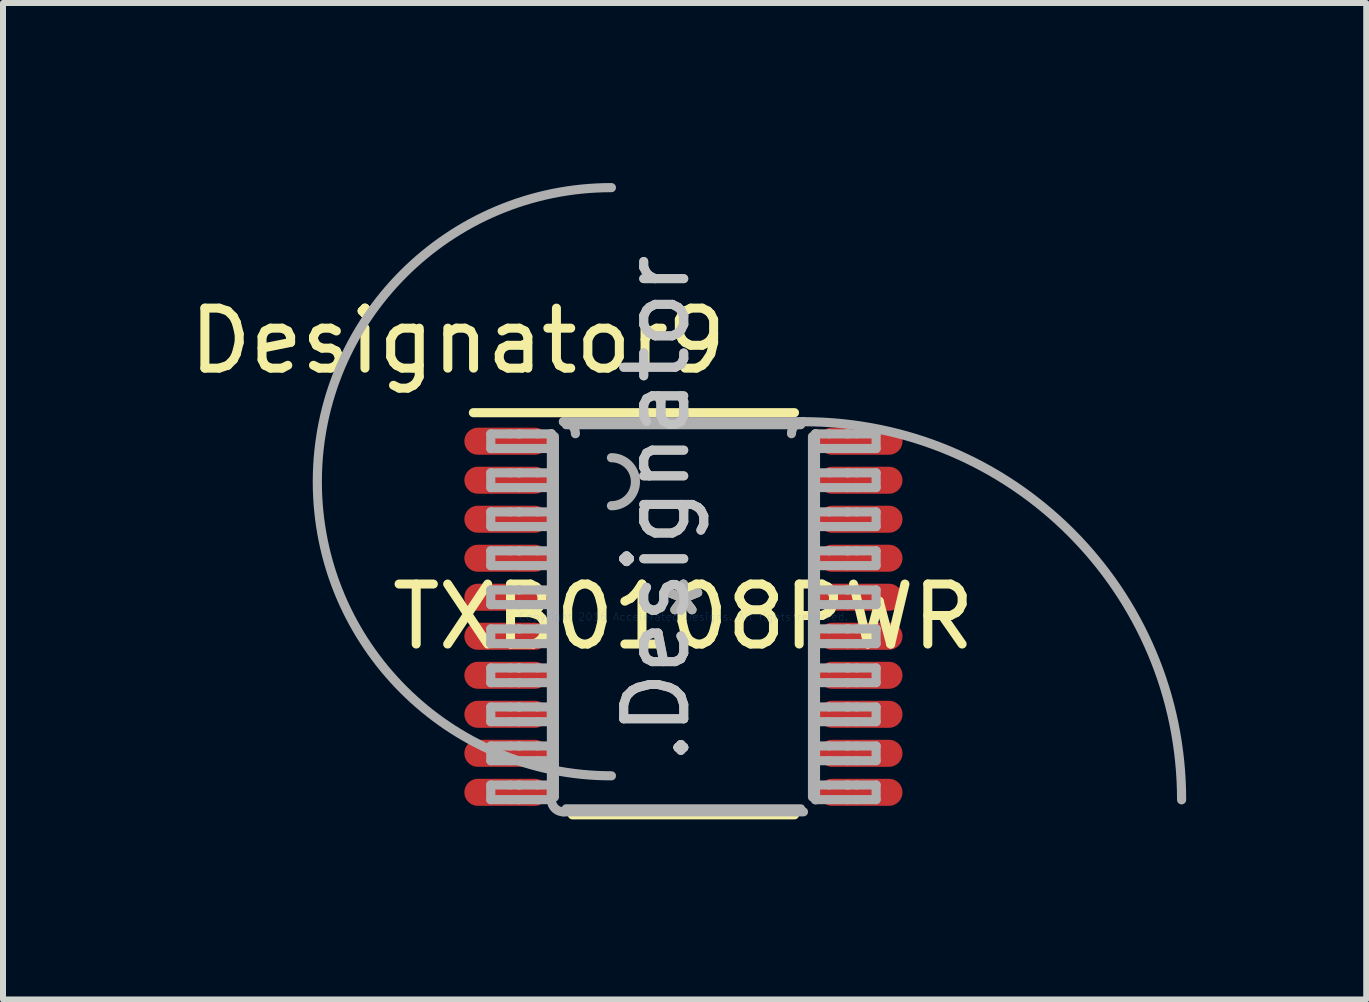
<source format=kicad_pcb>
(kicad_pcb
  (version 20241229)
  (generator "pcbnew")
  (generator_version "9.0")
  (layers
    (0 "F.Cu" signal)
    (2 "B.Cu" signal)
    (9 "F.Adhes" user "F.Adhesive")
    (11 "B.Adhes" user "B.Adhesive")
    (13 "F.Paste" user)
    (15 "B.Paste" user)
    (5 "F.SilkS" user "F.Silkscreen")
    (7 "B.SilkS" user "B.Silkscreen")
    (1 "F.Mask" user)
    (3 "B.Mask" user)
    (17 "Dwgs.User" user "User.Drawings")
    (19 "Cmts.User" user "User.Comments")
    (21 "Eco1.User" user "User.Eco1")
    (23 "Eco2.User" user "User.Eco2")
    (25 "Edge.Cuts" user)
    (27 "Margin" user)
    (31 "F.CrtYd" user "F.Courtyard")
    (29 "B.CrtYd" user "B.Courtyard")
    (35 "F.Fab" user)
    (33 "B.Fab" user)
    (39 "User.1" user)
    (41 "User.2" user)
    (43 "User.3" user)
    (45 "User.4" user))
  (footprint "TXB0108PWR"
    (layer "F.Cu")
    (at 8.337 7.226)
    (property "Reference" "TXB0108PWR" (at 0 0 0) (layer "F.SilkS") (effects (font (size 1 1) (thickness 0.15))))
    (attr through_hole)
    (fp_line (start -3.5 -3.4) (end 1.85 -3.4) (stroke (width 0.152) (type solid)) (layer "F.SilkS"))
    (fp_line (start -1.85 3.3) (end 1.85 3.3) (stroke (width 0.152) (type solid)) (layer "F.SilkS"))
    (fp_line (start -3.21 -3.047) (end -2.887 -3.047) (stroke (width 0.152) (type solid)) (layer "F.Fab"))
    (fp_line (start -3.21 -2.803) (end -3.21 -3.047) (stroke (width 0.152) (type solid)) (layer "F.Fab"))
    (fp_line (start -3.21 -2.803) (end -2.887 -2.803) (stroke (width 0.152) (type solid)) (layer "F.Fab"))
    (fp_line (start -3.21 -2.398) (end -2.887 -2.398) (stroke (width 0.152) (type solid)) (layer "F.Fab"))
    (fp_line (start -3.21 -2.152) (end -3.21 -2.398) (stroke (width 0.152) (type solid)) (layer "F.Fab"))
    (fp_line (start -3.21 -2.152) (end -2.887 -2.152) (stroke (width 0.152) (type solid)) (layer "F.Fab"))
    (fp_line (start -3.21 -1.747) (end -2.887 -1.747) (stroke (width 0.152) (type solid)) (layer "F.Fab"))
    (fp_line (start -3.21 -1.503) (end -3.21 -1.747) (stroke (width 0.152) (type solid)) (layer "F.Fab"))
    (fp_line (start -3.21 -1.503) (end -2.887 -1.503) (stroke (width 0.152) (type solid)) (layer "F.Fab"))
    (fp_line (start -3.21 -1.098) (end -2.887 -1.098) (stroke (width 0.152) (type solid)) (layer "F.Fab"))
    (fp_line (start -3.21 -0.852) (end -3.21 -1.098) (stroke (width 0.152) (type solid)) (layer "F.Fab"))
    (fp_line (start -3.21 -0.852) (end -2.887 -0.852) (stroke (width 0.152) (type solid)) (layer "F.Fab"))
    (fp_line (start -3.21 -0.447) (end -2.887 -0.447) (stroke (width 0.152) (type solid)) (layer "F.Fab"))
    (fp_line (start -3.21 -0.202) (end -3.21 -0.447) (stroke (width 0.152) (type solid)) (layer "F.Fab"))
    (fp_line (start -3.21 -0.202) (end -2.887 -0.202) (stroke (width 0.152) (type solid)) (layer "F.Fab"))
    (fp_line (start -3.21 0.202) (end -2.887 0.202) (stroke (width 0.152) (type solid)) (layer "F.Fab"))
    (fp_line (start -3.21 0.448) (end -3.21 0.202) (stroke (width 0.152) (type solid)) (layer "F.Fab"))
    (fp_line (start -3.21 0.448) (end -2.887 0.448) (stroke (width 0.152) (type solid)) (layer "F.Fab"))
    (fp_line (start -3.21 0.853) (end -2.887 0.853) (stroke (width 0.152) (type solid)) (layer "F.Fab"))
    (fp_line (start -3.21 1.098) (end -3.21 0.853) (stroke (width 0.152) (type solid)) (layer "F.Fab"))
    (fp_line (start -3.21 1.098) (end -2.887 1.098) (stroke (width 0.152) (type solid)) (layer "F.Fab"))
    (fp_line (start -3.21 1.503) (end -2.887 1.503) (stroke (width 0.152) (type solid)) (layer "F.Fab"))
    (fp_line (start -3.21 1.748) (end -3.21 1.503) (stroke (width 0.152) (type solid)) (layer "F.Fab"))
    (fp_line (start -3.21 1.748) (end -2.887 1.748) (stroke (width 0.152) (type solid)) (layer "F.Fab"))
    (fp_line (start -3.21 2.153) (end -2.887 2.153) (stroke (width 0.152) (type solid)) (layer "F.Fab"))
    (fp_line (start -3.21 2.398) (end -3.21 2.153) (stroke (width 0.152) (type solid)) (layer "F.Fab"))
    (fp_line (start -3.21 2.398) (end -2.887 2.398) (stroke (width 0.152) (type solid)) (layer "F.Fab"))
    (fp_line (start -3.21 2.803) (end -2.887 2.803) (stroke (width 0.152) (type solid)) (layer "F.Fab"))
    (fp_line (start -3.21 3.047) (end -3.21 2.803) (stroke (width 0.152) (type solid)) (layer "F.Fab"))
    (fp_line (start -3.21 3.047) (end -2.887 3.047) (stroke (width 0.152) (type solid)) (layer "F.Fab"))
    (fp_line (start -2.887 -3.047) (end -2.739 -3.047) (stroke (width 0.152) (type solid)) (layer "F.Fab"))
    (fp_line (start -2.887 -2.803) (end -2.739 -2.803) (stroke (width 0.152) (type solid)) (layer "F.Fab"))
    (fp_line (start -2.887 -2.398) (end -2.739 -2.398) (stroke (width 0.152) (type solid)) (layer "F.Fab"))
    (fp_line (start -2.887 -2.152) (end -2.739 -2.152) (stroke (width 0.152) (type solid)) (layer "F.Fab"))
    (fp_line (start -2.887 -1.747) (end -2.739 -1.747) (stroke (width 0.152) (type solid)) (layer "F.Fab"))
    (fp_line (start -2.887 -1.503) (end -2.739 -1.503) (stroke (width 0.152) (type solid)) (layer "F.Fab"))
    (fp_line (start -2.887 -1.098) (end -2.739 -1.098) (stroke (width 0.152) (type solid)) (layer "F.Fab"))
    (fp_line (start -2.887 -0.852) (end -2.739 -0.852) (stroke (width 0.152) (type solid)) (layer "F.Fab"))
    (fp_line (start -2.887 -0.447) (end -2.739 -0.447) (stroke (width 0.152) (type solid)) (layer "F.Fab"))
    (fp_line (start -2.887 -0.202) (end -2.739 -0.202) (stroke (width 0.152) (type solid)) (layer "F.Fab"))
    (fp_line (start -2.887 0.202) (end -2.739 0.202) (stroke (width 0.152) (type solid)) (layer "F.Fab"))
    (fp_line (start -2.887 0.448) (end -2.739 0.448) (stroke (width 0.152) (type solid)) (layer "F.Fab"))
    (fp_line (start -2.887 0.853) (end -2.739 0.853) (stroke (width 0.152) (type solid)) (layer "F.Fab"))
    (fp_line (start -2.887 1.098) (end -2.739 1.098) (stroke (width 0.152) (type solid)) (layer "F.Fab"))
    (fp_line (start -2.887 1.503) (end -2.739 1.503) (stroke (width 0.152) (type solid)) (layer "F.Fab"))
    (fp_line (start -2.887 1.748) (end -2.739 1.748) (stroke (width 0.152) (type solid)) (layer "F.Fab"))
    (fp_line (start -2.887 2.153) (end -2.739 2.153) (stroke (width 0.152) (type solid)) (layer "F.Fab"))
    (fp_line (start -2.887 2.398) (end -2.739 2.398) (stroke (width 0.152) (type solid)) (layer "F.Fab"))
    (fp_line (start -2.887 2.803) (end -2.739 2.803) (stroke (width 0.152) (type solid)) (layer "F.Fab"))
    (fp_line (start -2.887 3.047) (end -2.739 3.047) (stroke (width 0.152) (type solid)) (layer "F.Fab"))
    (fp_line (start -2.739 -3.047) (end -2.733 -3.047) (stroke (width 0.152) (type solid)) (layer "F.Fab"))
    (fp_line (start -2.739 -2.803) (end -2.733 -2.803) (stroke (width 0.152) (type solid)) (layer "F.Fab"))
    (fp_line (start -2.739 -2.398) (end -2.733 -2.398) (stroke (width 0.152) (type solid)) (layer "F.Fab"))
    (fp_line (start -2.739 -2.152) (end -2.733 -2.152) (stroke (width 0.152) (type solid)) (layer "F.Fab"))
    (fp_line (start -2.739 -1.747) (end -2.733 -1.747) (stroke (width 0.152) (type solid)) (layer "F.Fab"))
    (fp_line (start -2.739 -1.503) (end -2.733 -1.503) (stroke (width 0.152) (type solid)) (layer "F.Fab"))
    (fp_line (start -2.739 -1.098) (end -2.733 -1.098) (stroke (width 0.152) (type solid)) (layer "F.Fab"))
    (fp_line (start -2.739 -0.852) (end -2.733 -0.852) (stroke (width 0.152) (type solid)) (layer "F.Fab"))
    (fp_line (start -2.739 -0.447) (end -2.733 -0.447) (stroke (width 0.152) (type solid)) (layer "F.Fab"))
    (fp_line (start -2.739 -0.202) (end -2.733 -0.202) (stroke (width 0.152) (type solid)) (layer "F.Fab"))
    (fp_line (start -2.739 0.202) (end -2.733 0.202) (stroke (width 0.152) (type solid)) (layer "F.Fab"))
    (fp_line (start -2.739 0.448) (end -2.733 0.448) (stroke (width 0.152) (type solid)) (layer "F.Fab"))
    (fp_line (start -2.739 0.853) (end -2.733 0.853) (stroke (width 0.152) (type solid)) (layer "F.Fab"))
    (fp_line (start -2.739 1.098) (end -2.733 1.098) (stroke (width 0.152) (type solid)) (layer "F.Fab"))
    (fp_line (start -2.739 1.503) (end -2.733 1.503) (stroke (width 0.152) (type solid)) (layer "F.Fab"))
    (fp_line (start -2.739 1.748) (end -2.733 1.748) (stroke (width 0.152) (type solid)) (layer "F.Fab"))
    (fp_line (start -2.739 2.153) (end -2.733 2.153) (stroke (width 0.152) (type solid)) (layer "F.Fab"))
    (fp_line (start -2.739 2.398) (end -2.733 2.398) (stroke (width 0.152) (type solid)) (layer "F.Fab"))
    (fp_line (start -2.739 2.803) (end -2.733 2.803) (stroke (width 0.152) (type solid)) (layer "F.Fab"))
    (fp_line (start -2.739 3.047) (end -2.733 3.047) (stroke (width 0.152) (type solid)) (layer "F.Fab"))
    (fp_line (start -2.733 -3.047) (end -2.431 -3.047) (stroke (width 0.152) (type solid)) (layer "F.Fab"))
    (fp_line (start -2.733 -2.803) (end -2.431 -2.803) (stroke (width 0.152) (type solid)) (layer "F.Fab"))
    (fp_line (start -2.733 -2.398) (end -2.431 -2.398) (stroke (width 0.152) (type solid)) (layer "F.Fab"))
    (fp_line (start -2.733 -2.152) (end -2.431 -2.152) (stroke (width 0.152) (type solid)) (layer "F.Fab"))
    (fp_line (start -2.733 -1.747) (end -2.431 -1.747) (stroke (width 0.152) (type solid)) (layer "F.Fab"))
    (fp_line (start -2.733 -1.503) (end -2.431 -1.503) (stroke (width 0.152) (type solid)) (layer "F.Fab"))
    (fp_line (start -2.733 -1.098) (end -2.431 -1.098) (stroke (width 0.152) (type solid)) (layer "F.Fab"))
    (fp_line (start -2.733 -0.852) (end -2.431 -0.852) (stroke (width 0.152) (type solid)) (layer "F.Fab"))
    (fp_line (start -2.733 -0.447) (end -2.431 -0.447) (stroke (width 0.152) (type solid)) (layer "F.Fab"))
    (fp_line (start -2.733 -0.202) (end -2.431 -0.202) (stroke (width 0.152) (type solid)) (layer "F.Fab"))
    (fp_line (start -2.733 0.202) (end -2.431 0.202) (stroke (width 0.152) (type solid)) (layer "F.Fab"))
    (fp_line (start -2.733 0.448) (end -2.431 0.448) (stroke (width 0.152) (type solid)) (layer "F.Fab"))
    (fp_line (start -2.733 0.853) (end -2.431 0.853) (stroke (width 0.152) (type solid)) (layer "F.Fab"))
    (fp_line (start -2.733 1.098) (end -2.431 1.098) (stroke (width 0.152) (type solid)) (layer "F.Fab"))
    (fp_line (start -2.733 1.503) (end -2.431 1.503) (stroke (width 0.152) (type solid)) (layer "F.Fab"))
    (fp_line (start -2.733 1.748) (end -2.431 1.748) (stroke (width 0.152) (type solid)) (layer "F.Fab"))
    (fp_line (start -2.733 2.153) (end -2.431 2.153) (stroke (width 0.152) (type solid)) (layer "F.Fab"))
    (fp_line (start -2.733 2.398) (end -2.431 2.398) (stroke (width 0.152) (type solid)) (layer "F.Fab"))
    (fp_line (start -2.733 2.803) (end -2.431 2.803) (stroke (width 0.152) (type solid)) (layer "F.Fab"))
    (fp_line (start -2.733 3.047) (end -2.431 3.047) (stroke (width 0.152) (type solid)) (layer "F.Fab"))
    (fp_line (start -2.431 -3.047) (end -2.2 -3.047) (stroke (width 0.152) (type solid)) (layer "F.Fab"))
    (fp_line (start -2.431 -2.803) (end -2.2 -2.803) (stroke (width 0.152) (type solid)) (layer "F.Fab"))
    (fp_line (start -2.431 -2.398) (end -2.2 -2.398) (stroke (width 0.152) (type solid)) (layer "F.Fab"))
    (fp_line (start -2.431 -2.152) (end -2.2 -2.152) (stroke (width 0.152) (type solid)) (layer "F.Fab"))
    (fp_line (start -2.431 -1.747) (end -2.2 -1.747) (stroke (width 0.152) (type solid)) (layer "F.Fab"))
    (fp_line (start -2.431 -1.503) (end -2.2 -1.503) (stroke (width 0.152) (type solid)) (layer "F.Fab"))
    (fp_line (start -2.431 -1.098) (end -2.2 -1.098) (stroke (width 0.152) (type solid)) (layer "F.Fab"))
    (fp_line (start -2.431 -0.852) (end -2.2 -0.852) (stroke (width 0.152) (type solid)) (layer "F.Fab"))
    (fp_line (start -2.431 -0.447) (end -2.2 -0.447) (stroke (width 0.152) (type solid)) (layer "F.Fab"))
    (fp_line (start -2.431 -0.202) (end -2.2 -0.202) (stroke (width 0.152) (type solid)) (layer "F.Fab"))
    (fp_line (start -2.431 0.202) (end -2.2 0.202) (stroke (width 0.152) (type solid)) (layer "F.Fab"))
    (fp_line (start -2.431 0.448) (end -2.2 0.448) (stroke (width 0.152) (type solid)) (layer "F.Fab"))
    (fp_line (start -2.431 0.853) (end -2.2 0.853) (stroke (width 0.152) (type solid)) (layer "F.Fab"))
    (fp_line (start -2.431 1.098) (end -2.2 1.098) (stroke (width 0.152) (type solid)) (layer "F.Fab"))
    (fp_line (start -2.431 1.503) (end -2.2 1.503) (stroke (width 0.152) (type solid)) (layer "F.Fab"))
    (fp_line (start -2.431 1.748) (end -2.2 1.748) (stroke (width 0.152) (type solid)) (layer "F.Fab"))
    (fp_line (start -2.431 2.153) (end -2.2 2.153) (stroke (width 0.152) (type solid)) (layer "F.Fab"))
    (fp_line (start -2.431 2.398) (end -2.2 2.398) (stroke (width 0.152) (type solid)) (layer "F.Fab"))
    (fp_line (start -2.431 2.803) (end -2.2 2.803) (stroke (width 0.152) (type solid)) (layer "F.Fab"))
    (fp_line (start -2.431 3.047) (end -2.2 3.047) (stroke (width 0.152) (type solid)) (layer "F.Fab"))
    (fp_line (start -2.2 -2.803) (end -2.2 -3.047) (stroke (width 0.152) (type solid)) (layer "F.Fab"))
    (fp_line (start -2.2 -2.152) (end -2.2 -2.398) (stroke (width 0.152) (type solid)) (layer "F.Fab"))
    (fp_line (start -2.2 -1.503) (end -2.2 -1.747) (stroke (width 0.152) (type solid)) (layer "F.Fab"))
    (fp_line (start -2.2 -0.852) (end -2.2 -1.098) (stroke (width 0.152) (type solid)) (layer "F.Fab"))
    (fp_line (start -2.2 -0.202) (end -2.2 -0.447) (stroke (width 0.152) (type solid)) (layer "F.Fab"))
    (fp_line (start -2.2 0.448) (end -2.2 0.202) (stroke (width 0.152) (type solid)) (layer "F.Fab"))
    (fp_line (start -2.2 1.098) (end -2.2 0.853) (stroke (width 0.152) (type solid)) (layer "F.Fab"))
    (fp_line (start -2.2 1.748) (end -2.2 1.503) (stroke (width 0.152) (type solid)) (layer "F.Fab"))
    (fp_line (start -2.2 2.398) (end -2.2 2.153) (stroke (width 0.152) (type solid)) (layer "F.Fab"))
    (fp_line (start -2.2 3.047) (end -2.2 2.803) (stroke (width 0.152) (type solid)) (layer "F.Fab"))
    (fp_line (start -2.2 3.05) (end -2.2 -3.05) (stroke (width 0.152) (type solid)) (layer "F.Fab"))
    (fp_line (start -2.15 3.004) (end -2.15 -3.004) (stroke (width 0.152) (type solid)) (layer "F.Fab"))
    (fp_line (start -2 -3.25) (end 2 -3.25) (stroke (width 0.152) (type solid)) (layer "F.Fab"))
    (fp_line (start -2 3.25) (end 2 3.25) (stroke (width 0.152) (type solid)) (layer "F.Fab"))
    (fp_line (start -1.954 -3.2) (end 1.954 -3.2) (stroke (width 0.152) (type solid)) (layer "F.Fab"))
    (fp_line (start -1.954 3.2) (end 1.954 3.2) (stroke (width 0.152) (type solid)) (layer "F.Fab"))
    (fp_line (start 2.15 3.004) (end 2.15 -3.004) (stroke (width 0.152) (type solid)) (layer "F.Fab"))
    (fp_line (start 2.2 -3.047) (end 2.43 -3.047) (stroke (width 0.152) (type solid)) (layer "F.Fab"))
    (fp_line (start 2.2 -2.803) (end 2.2 -3.047) (stroke (width 0.152) (type solid)) (layer "F.Fab"))
    (fp_line (start 2.2 -2.803) (end 2.43 -2.803) (stroke (width 0.152) (type solid)) (layer "F.Fab"))
    (fp_line (start 2.2 -2.398) (end 2.43 -2.398) (stroke (width 0.152) (type solid)) (layer "F.Fab"))
    (fp_line (start 2.2 -2.152) (end 2.2 -2.398) (stroke (width 0.152) (type solid)) (layer "F.Fab"))
    (fp_line (start 2.2 -2.152) (end 2.43 -2.152) (stroke (width 0.152) (type solid)) (layer "F.Fab"))
    (fp_line (start 2.2 -1.747) (end 2.43 -1.747) (stroke (width 0.152) (type solid)) (layer "F.Fab"))
    (fp_line (start 2.2 -1.503) (end 2.2 -1.747) (stroke (width 0.152) (type solid)) (layer "F.Fab"))
    (fp_line (start 2.2 -1.503) (end 2.43 -1.503) (stroke (width 0.152) (type solid)) (layer "F.Fab"))
    (fp_line (start 2.2 -1.098) (end 2.43 -1.098) (stroke (width 0.152) (type solid)) (layer "F.Fab"))
    (fp_line (start 2.2 -0.852) (end 2.2 -1.098) (stroke (width 0.152) (type solid)) (layer "F.Fab"))
    (fp_line (start 2.2 -0.852) (end 2.43 -0.852) (stroke (width 0.152) (type solid)) (layer "F.Fab"))
    (fp_line (start 2.2 -0.447) (end 2.43 -0.447) (stroke (width 0.152) (type solid)) (layer "F.Fab"))
    (fp_line (start 2.2 -0.202) (end 2.2 -0.447) (stroke (width 0.152) (type solid)) (layer "F.Fab"))
    (fp_line (start 2.2 -0.202) (end 2.43 -0.202) (stroke (width 0.152) (type solid)) (layer "F.Fab"))
    (fp_line (start 2.2 0.202) (end 2.43 0.202) (stroke (width 0.152) (type solid)) (layer "F.Fab"))
    (fp_line (start 2.2 0.448) (end 2.2 0.202) (stroke (width 0.152) (type solid)) (layer "F.Fab"))
    (fp_line (start 2.2 0.448) (end 2.43 0.448) (stroke (width 0.152) (type solid)) (layer "F.Fab"))
    (fp_line (start 2.2 0.853) (end 2.43 0.853) (stroke (width 0.152) (type solid)) (layer "F.Fab"))
    (fp_line (start 2.2 1.098) (end 2.2 0.853) (stroke (width 0.152) (type solid)) (layer "F.Fab"))
    (fp_line (start 2.2 1.098) (end 2.43 1.098) (stroke (width 0.152) (type solid)) (layer "F.Fab"))
    (fp_line (start 2.2 1.503) (end 2.43 1.503) (stroke (width 0.152) (type solid)) (layer "F.Fab"))
    (fp_line (start 2.2 1.748) (end 2.2 1.503) (stroke (width 0.152) (type solid)) (layer "F.Fab"))
    (fp_line (start 2.2 1.748) (end 2.43 1.748) (stroke (width 0.152) (type solid)) (layer "F.Fab"))
    (fp_line (start 2.2 2.153) (end 2.43 2.153) (stroke (width 0.152) (type solid)) (layer "F.Fab"))
    (fp_line (start 2.2 2.398) (end 2.2 2.153) (stroke (width 0.152) (type solid)) (layer "F.Fab"))
    (fp_line (start 2.2 2.398) (end 2.43 2.398) (stroke (width 0.152) (type solid)) (layer "F.Fab"))
    (fp_line (start 2.2 2.803) (end 2.43 2.803) (stroke (width 0.152) (type solid)) (layer "F.Fab"))
    (fp_line (start 2.2 3.047) (end 2.2 2.803) (stroke (width 0.152) (type solid)) (layer "F.Fab"))
    (fp_line (start 2.2 3.047) (end 2.43 3.047) (stroke (width 0.152) (type solid)) (layer "F.Fab"))
    (fp_line (start 2.2 3.05) (end 2.2 -3.05) (stroke (width 0.152) (type solid)) (layer "F.Fab"))
    (fp_line (start 2.43 -3.047) (end 2.733 -3.047) (stroke (width 0.152) (type solid)) (layer "F.Fab"))
    (fp_line (start 2.43 -2.803) (end 2.733 -2.803) (stroke (width 0.152) (type solid)) (layer "F.Fab"))
    (fp_line (start 2.43 -2.398) (end 2.733 -2.398) (stroke (width 0.152) (type solid)) (layer "F.Fab"))
    (fp_line (start 2.43 -2.152) (end 2.733 -2.152) (stroke (width 0.152) (type solid)) (layer "F.Fab"))
    (fp_line (start 2.43 -1.747) (end 2.733 -1.747) (stroke (width 0.152) (type solid)) (layer "F.Fab"))
    (fp_line (start 2.43 -1.503) (end 2.733 -1.503) (stroke (width 0.152) (type solid)) (layer "F.Fab"))
    (fp_line (start 2.43 -1.098) (end 2.733 -1.098) (stroke (width 0.152) (type solid)) (layer "F.Fab"))
    (fp_line (start 2.43 -0.852) (end 2.733 -0.852) (stroke (width 0.152) (type solid)) (layer "F.Fab"))
    (fp_line (start 2.43 -0.447) (end 2.733 -0.447) (stroke (width 0.152) (type solid)) (layer "F.Fab"))
    (fp_line (start 2.43 -0.202) (end 2.733 -0.202) (stroke (width 0.152) (type solid)) (layer "F.Fab"))
    (fp_line (start 2.43 0.202) (end 2.733 0.202) (stroke (width 0.152) (type solid)) (layer "F.Fab"))
    (fp_line (start 2.43 0.448) (end 2.733 0.448) (stroke (width 0.152) (type solid)) (layer "F.Fab"))
    (fp_line (start 2.43 0.853) (end 2.733 0.853) (stroke (width 0.152) (type solid)) (layer "F.Fab"))
    (fp_line (start 2.43 1.098) (end 2.733 1.098) (stroke (width 0.152) (type solid)) (layer "F.Fab"))
    (fp_line (start 2.43 1.503) (end 2.733 1.503) (stroke (width 0.152) (type solid)) (layer "F.Fab"))
    (fp_line (start 2.43 1.748) (end 2.733 1.748) (stroke (width 0.152) (type solid)) (layer "F.Fab"))
    (fp_line (start 2.43 2.153) (end 2.733 2.153) (stroke (width 0.152) (type solid)) (layer "F.Fab"))
    (fp_line (start 2.43 2.398) (end 2.733 2.398) (stroke (width 0.152) (type solid)) (layer "F.Fab"))
    (fp_line (start 2.43 2.803) (end 2.733 2.803) (stroke (width 0.152) (type solid)) (layer "F.Fab"))
    (fp_line (start 2.43 3.047) (end 2.733 3.047) (stroke (width 0.152) (type solid)) (layer "F.Fab"))
    (fp_line (start 2.733 -3.047) (end 2.739 -3.047) (stroke (width 0.152) (type solid)) (layer "F.Fab"))
    (fp_line (start 2.733 -2.803) (end 2.739 -2.803) (stroke (width 0.152) (type solid)) (layer "F.Fab"))
    (fp_line (start 2.733 -2.398) (end 2.739 -2.398) (stroke (width 0.152) (type solid)) (layer "F.Fab"))
    (fp_line (start 2.733 -2.152) (end 2.739 -2.152) (stroke (width 0.152) (type solid)) (layer "F.Fab"))
    (fp_line (start 2.733 -1.747) (end 2.739 -1.747) (stroke (width 0.152) (type solid)) (layer "F.Fab"))
    (fp_line (start 2.733 -1.503) (end 2.739 -1.503) (stroke (width 0.152) (type solid)) (layer "F.Fab"))
    (fp_line (start 2.733 -1.098) (end 2.739 -1.098) (stroke (width 0.152) (type solid)) (layer "F.Fab"))
    (fp_line (start 2.733 -0.852) (end 2.739 -0.852) (stroke (width 0.152) (type solid)) (layer "F.Fab"))
    (fp_line (start 2.733 -0.447) (end 2.739 -0.447) (stroke (width 0.152) (type solid)) (layer "F.Fab"))
    (fp_line (start 2.733 -0.202) (end 2.739 -0.202) (stroke (width 0.152) (type solid)) (layer "F.Fab"))
    (fp_line (start 2.733 0.202) (end 2.739 0.202) (stroke (width 0.152) (type solid)) (layer "F.Fab"))
    (fp_line (start 2.733 0.448) (end 2.739 0.448) (stroke (width 0.152) (type solid)) (layer "F.Fab"))
    (fp_line (start 2.733 0.853) (end 2.739 0.853) (stroke (width 0.152) (type solid)) (layer "F.Fab"))
    (fp_line (start 2.733 1.098) (end 2.739 1.098) (stroke (width 0.152) (type solid)) (layer "F.Fab"))
    (fp_line (start 2.733 1.503) (end 2.739 1.503) (stroke (width 0.152) (type solid)) (layer "F.Fab"))
    (fp_line (start 2.733 1.748) (end 2.739 1.748) (stroke (width 0.152) (type solid)) (layer "F.Fab"))
    (fp_line (start 2.733 2.153) (end 2.739 2.153) (stroke (width 0.152) (type solid)) (layer "F.Fab"))
    (fp_line (start 2.733 2.398) (end 2.739 2.398) (stroke (width 0.152) (type solid)) (layer "F.Fab"))
    (fp_line (start 2.733 2.803) (end 2.739 2.803) (stroke (width 0.152) (type solid)) (layer "F.Fab"))
    (fp_line (start 2.733 3.047) (end 2.739 3.047) (stroke (width 0.152) (type solid)) (layer "F.Fab"))
    (fp_line (start 2.739 -3.047) (end 2.887 -3.047) (stroke (width 0.152) (type solid)) (layer "F.Fab"))
    (fp_line (start 2.739 -2.803) (end 2.887 -2.803) (stroke (width 0.152) (type solid)) (layer "F.Fab"))
    (fp_line (start 2.739 -2.398) (end 2.887 -2.398) (stroke (width 0.152) (type solid)) (layer "F.Fab"))
    (fp_line (start 2.739 -2.152) (end 2.887 -2.152) (stroke (width 0.152) (type solid)) (layer "F.Fab"))
    (fp_line (start 2.739 -1.747) (end 2.887 -1.747) (stroke (width 0.152) (type solid)) (layer "F.Fab"))
    (fp_line (start 2.739 -1.503) (end 2.887 -1.503) (stroke (width 0.152) (type solid)) (layer "F.Fab"))
    (fp_line (start 2.739 -1.098) (end 2.887 -1.098) (stroke (width 0.152) (type solid)) (layer "F.Fab"))
    (fp_line (start 2.739 -0.852) (end 2.887 -0.852) (stroke (width 0.152) (type solid)) (layer "F.Fab"))
    (fp_line (start 2.739 -0.447) (end 2.887 -0.447) (stroke (width 0.152) (type solid)) (layer "F.Fab"))
    (fp_line (start 2.739 -0.202) (end 2.887 -0.202) (stroke (width 0.152) (type solid)) (layer "F.Fab"))
    (fp_line (start 2.739 0.202) (end 2.887 0.202) (stroke (width 0.152) (type solid)) (layer "F.Fab"))
    (fp_line (start 2.739 0.448) (end 2.887 0.448) (stroke (width 0.152) (type solid)) (layer "F.Fab"))
    (fp_line (start 2.739 0.853) (end 2.887 0.853) (stroke (width 0.152) (type solid)) (layer "F.Fab"))
    (fp_line (start 2.739 1.098) (end 2.887 1.098) (stroke (width 0.152) (type solid)) (layer "F.Fab"))
    (fp_line (start 2.739 1.503) (end 2.887 1.503) (stroke (width 0.152) (type solid)) (layer "F.Fab"))
    (fp_line (start 2.739 1.748) (end 2.887 1.748) (stroke (width 0.152) (type solid)) (layer "F.Fab"))
    (fp_line (start 2.739 2.153) (end 2.887 2.153) (stroke (width 0.152) (type solid)) (layer "F.Fab"))
    (fp_line (start 2.739 2.398) (end 2.887 2.398) (stroke (width 0.152) (type solid)) (layer "F.Fab"))
    (fp_line (start 2.739 2.803) (end 2.887 2.803) (stroke (width 0.152) (type solid)) (layer "F.Fab"))
    (fp_line (start 2.739 3.047) (end 2.887 3.047) (stroke (width 0.152) (type solid)) (layer "F.Fab"))
    (fp_line (start 2.887 -3.047) (end 3.21 -3.047) (stroke (width 0.152) (type solid)) (layer "F.Fab"))
    (fp_line (start 2.887 -2.803) (end 3.21 -2.803) (stroke (width 0.152) (type solid)) (layer "F.Fab"))
    (fp_line (start 2.887 -2.398) (end 3.21 -2.398) (stroke (width 0.152) (type solid)) (layer "F.Fab"))
    (fp_line (start 2.887 -2.152) (end 3.21 -2.152) (stroke (width 0.152) (type solid)) (layer "F.Fab"))
    (fp_line (start 2.887 -1.747) (end 3.21 -1.747) (stroke (width 0.152) (type solid)) (layer "F.Fab"))
    (fp_line (start 2.887 -1.503) (end 3.21 -1.503) (stroke (width 0.152) (type solid)) (layer "F.Fab"))
    (fp_line (start 2.887 -1.098) (end 3.21 -1.098) (stroke (width 0.152) (type solid)) (layer "F.Fab"))
    (fp_line (start 2.887 -0.852) (end 3.21 -0.852) (stroke (width 0.152) (type solid)) (layer "F.Fab"))
    (fp_line (start 2.887 -0.447) (end 3.21 -0.447) (stroke (width 0.152) (type solid)) (layer "F.Fab"))
    (fp_line (start 2.887 -0.202) (end 3.21 -0.202) (stroke (width 0.152) (type solid)) (layer "F.Fab"))
    (fp_line (start 2.887 0.202) (end 3.21 0.202) (stroke (width 0.152) (type solid)) (layer "F.Fab"))
    (fp_line (start 2.887 0.448) (end 3.21 0.448) (stroke (width 0.152) (type solid)) (layer "F.Fab"))
    (fp_line (start 2.887 0.853) (end 3.21 0.853) (stroke (width 0.152) (type solid)) (layer "F.Fab"))
    (fp_line (start 2.887 1.098) (end 3.21 1.098) (stroke (width 0.152) (type solid)) (layer "F.Fab"))
    (fp_line (start 2.887 1.503) (end 3.21 1.503) (stroke (width 0.152) (type solid)) (layer "F.Fab"))
    (fp_line (start 2.887 1.748) (end 3.21 1.748) (stroke (width 0.152) (type solid)) (layer "F.Fab"))
    (fp_line (start 2.887 2.153) (end 3.21 2.153) (stroke (width 0.152) (type solid)) (layer "F.Fab"))
    (fp_line (start 2.887 2.398) (end 3.21 2.398) (stroke (width 0.152) (type solid)) (layer "F.Fab"))
    (fp_line (start 2.887 2.803) (end 3.21 2.803) (stroke (width 0.152) (type solid)) (layer "F.Fab"))
    (fp_line (start 2.887 3.047) (end 3.21 3.047) (stroke (width 0.152) (type solid)) (layer "F.Fab"))
    (fp_line (start 3.21 -2.803) (end 3.21 -3.047) (stroke (width 0.152) (type solid)) (layer "F.Fab"))
    (fp_line (start 3.21 -2.152) (end 3.21 -2.398) (stroke (width 0.152) (type solid)) (layer "F.Fab"))
    (fp_line (start 3.21 -1.503) (end 3.21 -1.747) (stroke (width 0.152) (type solid)) (layer "F.Fab"))
    (fp_line (start 3.21 -0.852) (end 3.21 -1.098) (stroke (width 0.152) (type solid)) (layer "F.Fab"))
    (fp_line (start 3.21 -0.202) (end 3.21 -0.447) (stroke (width 0.152) (type solid)) (layer "F.Fab"))
    (fp_line (start 3.21 0.448) (end 3.21 0.202) (stroke (width 0.152) (type solid)) (layer "F.Fab"))
    (fp_line (start 3.21 1.098) (end 3.21 0.853) (stroke (width 0.152) (type solid)) (layer "F.Fab"))
    (fp_line (start 3.21 1.748) (end 3.21 1.503) (stroke (width 0.152) (type solid)) (layer "F.Fab"))
    (fp_line (start 3.21 2.398) (end 3.21 2.153) (stroke (width 0.152) (type solid)) (layer "F.Fab"))
    (fp_line (start 3.21 3.047) (end 3.21 2.803) (stroke (width 0.152) (type solid)) (layer "F.Fab"))
    (fp_arc (start -2.000014 -3.250001) (mid -1.858584 -3.191419) (end -1.800002 -3.049989) (stroke (width 0.1524) (type solid)) (layer "F.Fab"))
    (fp_arc (start -2.000014 3.250011) (mid -2.141444 3.191429) (end -2.200026 3.049999) (stroke (width 0.1524) (type solid)) (layer "F.Fab"))
    (fp_arc (start -1.200003 -2.650002) (mid -0.800004 -2.250003) (end -1.200003 -1.850004) (stroke (width 0.1524) (type solid)) (layer "F.Fab"))
    (fp_arc (start -1.200003 2.650002) (mid -6.100008 -2.250003) (end -1.200003 -7.150008) (stroke (width 0.1524) (type solid)) (layer "F.Fab"))
    (fp_arc (start 1.799991 -3.050002) (mid 1.85857 -3.191423) (end 1.999991 -3.250002) (stroke (width 0.1524) (type solid)) (layer "F.Fab"))
    (fp_arc (start 1.999991 -3.250011) (mid 6.45478 -1.404777) (end 8.300014 3.050012) (stroke (width 0.1524) (type solid)) (layer "F.Fab"))
    (fp_text user "Designator9" (at -3.759 -4.597 0) (layer "F.SilkS") (effects (font (size 1 1) (thickness 0.15))))
    (fp_text user "*" (at 0 0 0) (layer "F.SilkS") (effects (font (size 1 1) (thickness 0.15))))
    (fp_text user ".Designator" (at -0.45 -1.8 270) (layer "Dwgs.User") (effects (font (size 1 1) (thickness 0.15))))
    (fp_text user "Copyright 2016 Accelerated Designs. All rights reserved." (at 0 0 0) (layer "Cmts.User") (effects (font (size 0.127 0.127) (thickness 0.002))))
    (fp_text user ".Designator" (at -0.45 -1.8 270) (layer "F.Fab") (effects (font (size 1 1) (thickness 0.15))))
    (fp_text user "*" (at 0 0 0) (layer "F.Fab") (effects (font (size 1 1) (thickness 0.15))))
    (pad "1" smd oval (at -2.95 -2.925 90) (size 0.45 1.4) (layers "F.Cu" "F.Mask" "F.Paste"))
    (pad "2" smd oval (at -2.95 -2.275 90) (size 0.45 1.4) (layers "F.Cu" "F.Mask" "F.Paste"))
    (pad "3" smd oval (at -2.95 -1.625 90) (size 0.45 1.4) (layers "F.Cu" "F.Mask" "F.Paste"))
    (pad "4" smd oval (at -2.95 -0.975 90) (size 0.45 1.4) (layers "F.Cu" "F.Mask" "F.Paste"))
    (pad "5" smd oval (at -2.95 -0.325 90) (size 0.45 1.4) (layers "F.Cu" "F.Mask" "F.Paste"))
    (pad "6" smd oval (at -2.95 0.325 90) (size 0.45 1.4) (layers "F.Cu" "F.Mask" "F.Paste"))
    (pad "7" smd oval (at -2.95 0.975 90) (size 0.45 1.4) (layers "F.Cu" "F.Mask" "F.Paste"))
    (pad "8" smd oval (at -2.95 1.625 90) (size 0.45 1.4) (layers "F.Cu" "F.Mask" "F.Paste"))
    (pad "9" smd oval (at -2.95 2.275 90) (size 0.45 1.4) (layers "F.Cu" "F.Mask" "F.Paste"))
    (pad "10" smd oval (at -2.95 2.925 90) (size 0.45 1.4) (layers "F.Cu" "F.Mask" "F.Paste"))
    (pad "11" smd oval (at 2.95 2.925 90) (size 0.45 1.4) (layers "F.Cu" "F.Mask" "F.Paste"))
    (pad "12" smd oval (at 2.95 2.275 90) (size 0.45 1.4) (layers "F.Cu" "F.Mask" "F.Paste"))
    (pad "13" smd oval (at 2.95 1.625 90) (size 0.45 1.4) (layers "F.Cu" "F.Mask" "F.Paste"))
    (pad "14" smd oval (at 2.95 0.975 90) (size 0.45 1.4) (layers "F.Cu" "F.Mask" "F.Paste"))
    (pad "15" smd oval (at 2.95 0.325 90) (size 0.45 1.4) (layers "F.Cu" "F.Mask" "F.Paste"))
    (pad "16" smd oval (at 2.95 -0.325 90) (size 0.45 1.4) (layers "F.Cu" "F.Mask" "F.Paste"))
    (pad "17" smd oval (at 2.95 -0.975 90) (size 0.45 1.4) (layers "F.Cu" "F.Mask" "F.Paste"))
    (pad "18" smd oval (at 2.95 -1.625 90) (size 0.45 1.4) (layers "F.Cu" "F.Mask" "F.Paste"))
    (pad "19" smd oval (at 2.95 -2.275 90) (size 0.45 1.4) (layers "F.Cu" "F.Mask" "F.Paste"))
    (pad "20" smd oval (at 2.95 -2.925 90) (size 0.45 1.4) (layers "F.Cu" "F.Mask" "F.Paste")))
  (gr_rect
    (start -3 -3)
    (end 19.713 13.602)
    (stroke (width 0.1) (type default))
    (fill no)
    (layer "Edge.Cuts")))
</source>
